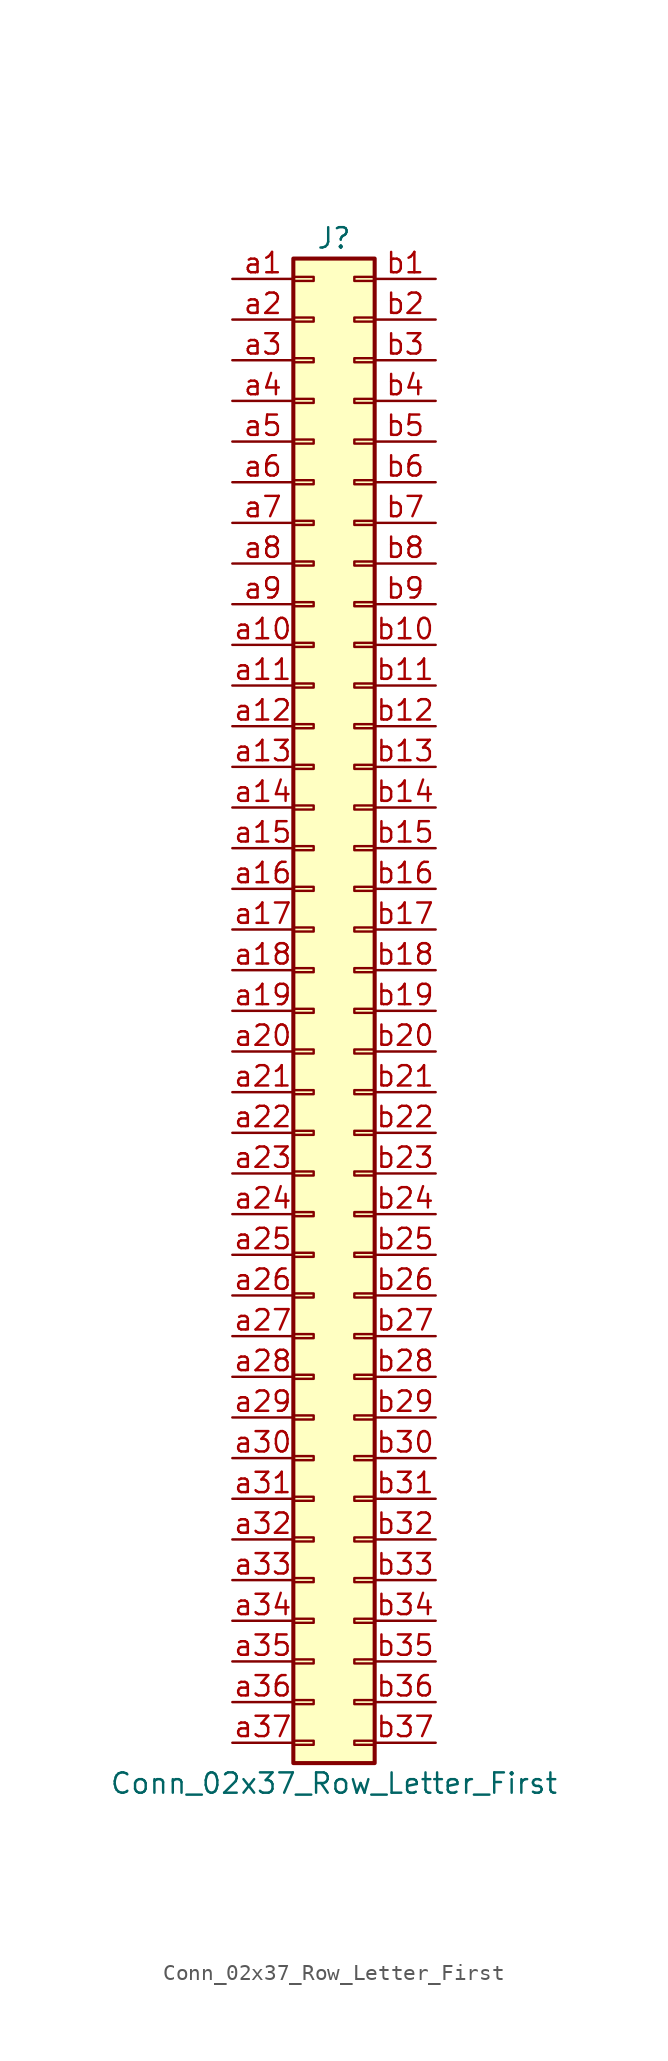
<source format=kicad_sym>
(kicad_symbol_lib
  (version 20201005)
  (generator kicad_symbol_editor)
  (symbol "Conn_02x37_Row_Letter_First"
    (pin_names
      (offset 1.016) hide)
    (property "Reference" "J"
      (at 1.27 48.26 0)
      (effects (font (size 1.27 1.27))))
    (property "Value" "Conn_02x37_Row_Letter_First"
      (at 1.27 -48.26 0)
      (effects (font (size 1.27 1.27))))
    (symbol "Conn_02x37_Row_Letter_First_1_1"
      (rectangle (start -1.27 -45.593) (end 0 -45.847) (stroke (width 0.152)) (fill (type none)))
      (rectangle (start -1.27 -43.053) (end 0 -43.307) (stroke (width 0.152)) (fill (type none)))
      (rectangle (start -1.27 -40.513) (end 0 -40.767) (stroke (width 0.152)) (fill (type none)))
      (rectangle (start -1.27 -37.973) (end 0 -38.227) (stroke (width 0.152)) (fill (type none)))
      (rectangle (start -1.27 -35.433) (end 0 -35.687) (stroke (width 0.152)) (fill (type none)))
      (rectangle (start -1.27 -32.893) (end 0 -33.147) (stroke (width 0.152)) (fill (type none)))
      (rectangle (start -1.27 -30.353) (end 0 -30.607) (stroke (width 0.152)) (fill (type none)))
      (rectangle (start -1.27 -27.813) (end 0 -28.067) (stroke (width 0.152)) (fill (type none)))
      (rectangle (start -1.27 -25.273) (end 0 -25.527) (stroke (width 0.152)) (fill (type none)))
      (rectangle (start -1.27 -22.733) (end 0 -22.987) (stroke (width 0.152)) (fill (type none)))
      (rectangle (start -1.27 -20.193) (end 0 -20.447) (stroke (width 0.152)) (fill (type none)))
      (rectangle (start -1.27 -17.653) (end 0 -17.907) (stroke (width 0.152)) (fill (type none)))
      (rectangle (start -1.27 -15.113) (end 0 -15.367) (stroke (width 0.152)) (fill (type none)))
      (rectangle (start -1.27 -12.573) (end 0 -12.827) (stroke (width 0.152)) (fill (type none)))
      (rectangle (start -1.27 -10.033) (end 0 -10.287) (stroke (width 0.152)) (fill (type none)))
      (rectangle (start -1.27 -7.493) (end 0 -7.747) (stroke (width 0.152)) (fill (type none)))
      (rectangle (start -1.27 -4.953) (end 0 -5.207) (stroke (width 0.152)) (fill (type none)))
      (rectangle (start -1.27 -2.413) (end 0 -2.667) (stroke (width 0.152)) (fill (type none)))
      (rectangle (start -1.27 0.127) (end 0 -0.127) (stroke (width 0.152)) (fill (type none)))
      (rectangle (start -1.27 2.667) (end 0 2.413) (stroke (width 0.152)) (fill (type none)))
      (rectangle (start -1.27 5.207) (end 0 4.953) (stroke (width 0.152)) (fill (type none)))
      (rectangle (start -1.27 7.747) (end 0 7.493) (stroke (width 0.152)) (fill (type none)))
      (rectangle (start -1.27 10.287) (end 0 10.033) (stroke (width 0.152)) (fill (type none)))
      (rectangle (start -1.27 12.827) (end 0 12.573) (stroke (width 0.152)) (fill (type none)))
      (rectangle (start -1.27 15.367) (end 0 15.113) (stroke (width 0.152)) (fill (type none)))
      (rectangle (start -1.27 17.907) (end 0 17.653) (stroke (width 0.152)) (fill (type none)))
      (rectangle (start -1.27 20.447) (end 0 20.193) (stroke (width 0.152)) (fill (type none)))
      (rectangle (start -1.27 22.987) (end 0 22.733) (stroke (width 0.152)) (fill (type none)))
      (rectangle (start -1.27 25.527) (end 0 25.273) (stroke (width 0.152)) (fill (type none)))
      (rectangle (start -1.27 28.067) (end 0 27.813) (stroke (width 0.152)) (fill (type none)))
      (rectangle (start -1.27 30.607) (end 0 30.353) (stroke (width 0.152)) (fill (type none)))
      (rectangle (start -1.27 33.147) (end 0 32.893) (stroke (width 0.152)) (fill (type none)))
      (rectangle (start -1.27 35.687) (end 0 35.433) (stroke (width 0.152)) (fill (type none)))
      (rectangle (start -1.27 38.227) (end 0 37.973) (stroke (width 0.152)) (fill (type none)))
      (rectangle (start -1.27 40.767) (end 0 40.513) (stroke (width 0.152)) (fill (type none)))
      (rectangle (start -1.27 43.307) (end 0 43.053) (stroke (width 0.152)) (fill (type none)))
      (rectangle (start -1.27 45.847) (end 0 45.593) (stroke (width 0.152)) (fill (type none)))
      (rectangle (start -1.27 46.99) (end 3.81 -46.99) (stroke (width 0.254)) (fill (type background)))
      (rectangle (start 3.81 -45.593) (end 2.54 -45.847) (stroke (width 0.152)) (fill (type none)))
      (rectangle (start 3.81 -43.053) (end 2.54 -43.307) (stroke (width 0.152)) (fill (type none)))
      (rectangle (start 3.81 -40.513) (end 2.54 -40.767) (stroke (width 0.152)) (fill (type none)))
      (rectangle (start 3.81 -37.973) (end 2.54 -38.227) (stroke (width 0.152)) (fill (type none)))
      (rectangle (start 3.81 -35.433) (end 2.54 -35.687) (stroke (width 0.152)) (fill (type none)))
      (rectangle (start 3.81 -32.893) (end 2.54 -33.147) (stroke (width 0.152)) (fill (type none)))
      (rectangle (start 3.81 -30.353) (end 2.54 -30.607) (stroke (width 0.152)) (fill (type none)))
      (rectangle (start 3.81 -27.813) (end 2.54 -28.067) (stroke (width 0.152)) (fill (type none)))
      (rectangle (start 3.81 -25.273) (end 2.54 -25.527) (stroke (width 0.152)) (fill (type none)))
      (rectangle (start 3.81 -22.733) (end 2.54 -22.987) (stroke (width 0.152)) (fill (type none)))
      (rectangle (start 3.81 -20.193) (end 2.54 -20.447) (stroke (width 0.152)) (fill (type none)))
      (rectangle (start 3.81 -17.653) (end 2.54 -17.907) (stroke (width 0.152)) (fill (type none)))
      (rectangle (start 3.81 -15.113) (end 2.54 -15.367) (stroke (width 0.152)) (fill (type none)))
      (rectangle (start 3.81 -12.573) (end 2.54 -12.827) (stroke (width 0.152)) (fill (type none)))
      (rectangle (start 3.81 -10.033) (end 2.54 -10.287) (stroke (width 0.152)) (fill (type none)))
      (rectangle (start 3.81 -7.493) (end 2.54 -7.747) (stroke (width 0.152)) (fill (type none)))
      (rectangle (start 3.81 -4.953) (end 2.54 -5.207) (stroke (width 0.152)) (fill (type none)))
      (rectangle (start 3.81 -2.413) (end 2.54 -2.667) (stroke (width 0.152)) (fill (type none)))
      (rectangle (start 3.81 0.127) (end 2.54 -0.127) (stroke (width 0.152)) (fill (type none)))
      (rectangle (start 3.81 2.667) (end 2.54 2.413) (stroke (width 0.152)) (fill (type none)))
      (rectangle (start 3.81 5.207) (end 2.54 4.953) (stroke (width 0.152)) (fill (type none)))
      (rectangle (start 3.81 7.747) (end 2.54 7.493) (stroke (width 0.152)) (fill (type none)))
      (rectangle (start 3.81 10.287) (end 2.54 10.033) (stroke (width 0.152)) (fill (type none)))
      (rectangle (start 3.81 12.827) (end 2.54 12.573) (stroke (width 0.152)) (fill (type none)))
      (rectangle (start 3.81 15.367) (end 2.54 15.113) (stroke (width 0.152)) (fill (type none)))
      (rectangle (start 3.81 17.907) (end 2.54 17.653) (stroke (width 0.152)) (fill (type none)))
      (rectangle (start 3.81 20.447) (end 2.54 20.193) (stroke (width 0.152)) (fill (type none)))
      (rectangle (start 3.81 22.987) (end 2.54 22.733) (stroke (width 0.152)) (fill (type none)))
      (rectangle (start 3.81 25.527) (end 2.54 25.273) (stroke (width 0.152)) (fill (type none)))
      (rectangle (start 3.81 28.067) (end 2.54 27.813) (stroke (width 0.152)) (fill (type none)))
      (rectangle (start 3.81 30.607) (end 2.54 30.353) (stroke (width 0.152)) (fill (type none)))
      (rectangle (start 3.81 33.147) (end 2.54 32.893) (stroke (width 0.152)) (fill (type none)))
      (rectangle (start 3.81 35.687) (end 2.54 35.433) (stroke (width 0.152)) (fill (type none)))
      (rectangle (start 3.81 38.227) (end 2.54 37.973) (stroke (width 0.152)) (fill (type none)))
      (rectangle (start 3.81 40.767) (end 2.54 40.513) (stroke (width 0.152)) (fill (type none)))
      (rectangle (start 3.81 43.307) (end 2.54 43.053) (stroke (width 0.152)) (fill (type none)))
      (rectangle (start 3.81 45.847) (end 2.54 45.593) (stroke (width 0.152)) (fill (type none)))
      (pin passive line (at -5.08 45.72 0) (length 3.81) (name "Pin_a1" (effects (font (size 1.27 1.27)))) (number "a1" (effects (font (size 1.27 1.27)))))
      (pin passive line (at -5.08 22.86 0) (length 3.81) (name "Pin_a10" (effects (font (size 1.27 1.27)))) (number "a10" (effects (font (size 1.27 1.27)))))
      (pin passive line (at -5.08 20.32 0) (length 3.81) (name "Pin_a11" (effects (font (size 1.27 1.27)))) (number "a11" (effects (font (size 1.27 1.27)))))
      (pin passive line (at -5.08 17.78 0) (length 3.81) (name "Pin_a12" (effects (font (size 1.27 1.27)))) (number "a12" (effects (font (size 1.27 1.27)))))
      (pin passive line (at -5.08 15.24 0) (length 3.81) (name "Pin_a13" (effects (font (size 1.27 1.27)))) (number "a13" (effects (font (size 1.27 1.27)))))
      (pin passive line (at -5.08 12.7 0) (length 3.81) (name "Pin_a14" (effects (font (size 1.27 1.27)))) (number "a14" (effects (font (size 1.27 1.27)))))
      (pin passive line (at -5.08 10.16 0) (length 3.81) (name "Pin_a15" (effects (font (size 1.27 1.27)))) (number "a15" (effects (font (size 1.27 1.27)))))
      (pin passive line (at -5.08 7.62 0) (length 3.81) (name "Pin_a16" (effects (font (size 1.27 1.27)))) (number "a16" (effects (font (size 1.27 1.27)))))
      (pin passive line (at -5.08 5.08 0) (length 3.81) (name "Pin_a17" (effects (font (size 1.27 1.27)))) (number "a17" (effects (font (size 1.27 1.27)))))
      (pin passive line (at -5.08 2.54 0) (length 3.81) (name "Pin_a18" (effects (font (size 1.27 1.27)))) (number "a18" (effects (font (size 1.27 1.27)))))
      (pin passive line (at -5.08 0 0) (length 3.81) (name "Pin_a19" (effects (font (size 1.27 1.27)))) (number "a19" (effects (font (size 1.27 1.27)))))
      (pin passive line (at -5.08 43.18 0) (length 3.81) (name "Pin_a2" (effects (font (size 1.27 1.27)))) (number "a2" (effects (font (size 1.27 1.27)))))
      (pin passive line (at -5.08 -2.54 0) (length 3.81) (name "Pin_a20" (effects (font (size 1.27 1.27)))) (number "a20" (effects (font (size 1.27 1.27)))))
      (pin passive line (at -5.08 -5.08 0) (length 3.81) (name "Pin_a21" (effects (font (size 1.27 1.27)))) (number "a21" (effects (font (size 1.27 1.27)))))
      (pin passive line (at -5.08 -7.62 0) (length 3.81) (name "Pin_a22" (effects (font (size 1.27 1.27)))) (number "a22" (effects (font (size 1.27 1.27)))))
      (pin passive line (at -5.08 -10.16 0) (length 3.81) (name "Pin_a23" (effects (font (size 1.27 1.27)))) (number "a23" (effects (font (size 1.27 1.27)))))
      (pin passive line (at -5.08 -12.7 0) (length 3.81) (name "Pin_a24" (effects (font (size 1.27 1.27)))) (number "a24" (effects (font (size 1.27 1.27)))))
      (pin passive line (at -5.08 -15.24 0) (length 3.81) (name "Pin_a25" (effects (font (size 1.27 1.27)))) (number "a25" (effects (font (size 1.27 1.27)))))
      (pin passive line (at -5.08 -17.78 0) (length 3.81) (name "Pin_a26" (effects (font (size 1.27 1.27)))) (number "a26" (effects (font (size 1.27 1.27)))))
      (pin passive line (at -5.08 -20.32 0) (length 3.81) (name "Pin_a27" (effects (font (size 1.27 1.27)))) (number "a27" (effects (font (size 1.27 1.27)))))
      (pin passive line (at -5.08 -22.86 0) (length 3.81) (name "Pin_a28" (effects (font (size 1.27 1.27)))) (number "a28" (effects (font (size 1.27 1.27)))))
      (pin passive line (at -5.08 -25.4 0) (length 3.81) (name "Pin_a29" (effects (font (size 1.27 1.27)))) (number "a29" (effects (font (size 1.27 1.27)))))
      (pin passive line (at -5.08 40.64 0) (length 3.81) (name "Pin_a3" (effects (font (size 1.27 1.27)))) (number "a3" (effects (font (size 1.27 1.27)))))
      (pin passive line (at -5.08 -27.94 0) (length 3.81) (name "Pin_a30" (effects (font (size 1.27 1.27)))) (number "a30" (effects (font (size 1.27 1.27)))))
      (pin passive line (at -5.08 -30.48 0) (length 3.81) (name "Pin_a31" (effects (font (size 1.27 1.27)))) (number "a31" (effects (font (size 1.27 1.27)))))
      (pin passive line (at -5.08 -33.02 0) (length 3.81) (name "Pin_a32" (effects (font (size 1.27 1.27)))) (number "a32" (effects (font (size 1.27 1.27)))))
      (pin passive line (at -5.08 -35.56 0) (length 3.81) (name "Pin_a33" (effects (font (size 1.27 1.27)))) (number "a33" (effects (font (size 1.27 1.27)))))
      (pin passive line (at -5.08 -38.1 0) (length 3.81) (name "Pin_a34" (effects (font (size 1.27 1.27)))) (number "a34" (effects (font (size 1.27 1.27)))))
      (pin passive line (at -5.08 -40.64 0) (length 3.81) (name "Pin_a35" (effects (font (size 1.27 1.27)))) (number "a35" (effects (font (size 1.27 1.27)))))
      (pin passive line (at -5.08 -43.18 0) (length 3.81) (name "Pin_a36" (effects (font (size 1.27 1.27)))) (number "a36" (effects (font (size 1.27 1.27)))))
      (pin passive line (at -5.08 -45.72 0) (length 3.81) (name "Pin_a37" (effects (font (size 1.27 1.27)))) (number "a37" (effects (font (size 1.27 1.27)))))
      (pin passive line (at -5.08 38.1 0) (length 3.81) (name "Pin_a4" (effects (font (size 1.27 1.27)))) (number "a4" (effects (font (size 1.27 1.27)))))
      (pin passive line (at -5.08 35.56 0) (length 3.81) (name "Pin_a5" (effects (font (size 1.27 1.27)))) (number "a5" (effects (font (size 1.27 1.27)))))
      (pin passive line (at -5.08 33.02 0) (length 3.81) (name "Pin_a6" (effects (font (size 1.27 1.27)))) (number "a6" (effects (font (size 1.27 1.27)))))
      (pin passive line (at -5.08 30.48 0) (length 3.81) (name "Pin_a7" (effects (font (size 1.27 1.27)))) (number "a7" (effects (font (size 1.27 1.27)))))
      (pin passive line (at -5.08 27.94 0) (length 3.81) (name "Pin_a8" (effects (font (size 1.27 1.27)))) (number "a8" (effects (font (size 1.27 1.27)))))
      (pin passive line (at -5.08 25.4 0) (length 3.81) (name "Pin_a9" (effects (font (size 1.27 1.27)))) (number "a9" (effects (font (size 1.27 1.27)))))
      (pin passive line (at 7.62 45.72 180) (length 3.81) (name "Pin_b1" (effects (font (size 1.27 1.27)))) (number "b1" (effects (font (size 1.27 1.27)))))
      (pin passive line (at 7.62 22.86 180) (length 3.81) (name "Pin_b10" (effects (font (size 1.27 1.27)))) (number "b10" (effects (font (size 1.27 1.27)))))
      (pin passive line (at 7.62 20.32 180) (length 3.81) (name "Pin_b11" (effects (font (size 1.27 1.27)))) (number "b11" (effects (font (size 1.27 1.27)))))
      (pin passive line (at 7.62 17.78 180) (length 3.81) (name "Pin_b12" (effects (font (size 1.27 1.27)))) (number "b12" (effects (font (size 1.27 1.27)))))
      (pin passive line (at 7.62 15.24 180) (length 3.81) (name "Pin_b13" (effects (font (size 1.27 1.27)))) (number "b13" (effects (font (size 1.27 1.27)))))
      (pin passive line (at 7.62 12.7 180) (length 3.81) (name "Pin_b14" (effects (font (size 1.27 1.27)))) (number "b14" (effects (font (size 1.27 1.27)))))
      (pin passive line (at 7.62 10.16 180) (length 3.81) (name "Pin_b15" (effects (font (size 1.27 1.27)))) (number "b15" (effects (font (size 1.27 1.27)))))
      (pin passive line (at 7.62 7.62 180) (length 3.81) (name "Pin_b16" (effects (font (size 1.27 1.27)))) (number "b16" (effects (font (size 1.27 1.27)))))
      (pin passive line (at 7.62 5.08 180) (length 3.81) (name "Pin_b17" (effects (font (size 1.27 1.27)))) (number "b17" (effects (font (size 1.27 1.27)))))
      (pin passive line (at 7.62 2.54 180) (length 3.81) (name "Pin_b18" (effects (font (size 1.27 1.27)))) (number "b18" (effects (font (size 1.27 1.27)))))
      (pin passive line (at 7.62 0 180) (length 3.81) (name "Pin_b19" (effects (font (size 1.27 1.27)))) (number "b19" (effects (font (size 1.27 1.27)))))
      (pin passive line (at 7.62 43.18 180) (length 3.81) (name "Pin_b2" (effects (font (size 1.27 1.27)))) (number "b2" (effects (font (size 1.27 1.27)))))
      (pin passive line (at 7.62 -2.54 180) (length 3.81) (name "Pin_b20" (effects (font (size 1.27 1.27)))) (number "b20" (effects (font (size 1.27 1.27)))))
      (pin passive line (at 7.62 -5.08 180) (length 3.81) (name "Pin_b21" (effects (font (size 1.27 1.27)))) (number "b21" (effects (font (size 1.27 1.27)))))
      (pin passive line (at 7.62 -7.62 180) (length 3.81) (name "Pin_b22" (effects (font (size 1.27 1.27)))) (number "b22" (effects (font (size 1.27 1.27)))))
      (pin passive line (at 7.62 -10.16 180) (length 3.81) (name "Pin_b23" (effects (font (size 1.27 1.27)))) (number "b23" (effects (font (size 1.27 1.27)))))
      (pin passive line (at 7.62 -12.7 180) (length 3.81) (name "Pin_b24" (effects (font (size 1.27 1.27)))) (number "b24" (effects (font (size 1.27 1.27)))))
      (pin passive line (at 7.62 -15.24 180) (length 3.81) (name "Pin_b25" (effects (font (size 1.27 1.27)))) (number "b25" (effects (font (size 1.27 1.27)))))
      (pin passive line (at 7.62 -17.78 180) (length 3.81) (name "Pin_b26" (effects (font (size 1.27 1.27)))) (number "b26" (effects (font (size 1.27 1.27)))))
      (pin passive line (at 7.62 -20.32 180) (length 3.81) (name "Pin_b27" (effects (font (size 1.27 1.27)))) (number "b27" (effects (font (size 1.27 1.27)))))
      (pin passive line (at 7.62 -22.86 180) (length 3.81) (name "Pin_b28" (effects (font (size 1.27 1.27)))) (number "b28" (effects (font (size 1.27 1.27)))))
      (pin passive line (at 7.62 -25.4 180) (length 3.81) (name "Pin_b29" (effects (font (size 1.27 1.27)))) (number "b29" (effects (font (size 1.27 1.27)))))
      (pin passive line (at 7.62 40.64 180) (length 3.81) (name "Pin_b3" (effects (font (size 1.27 1.27)))) (number "b3" (effects (font (size 1.27 1.27)))))
      (pin passive line (at 7.62 -27.94 180) (length 3.81) (name "Pin_b30" (effects (font (size 1.27 1.27)))) (number "b30" (effects (font (size 1.27 1.27)))))
      (pin passive line (at 7.62 -30.48 180) (length 3.81) (name "Pin_b31" (effects (font (size 1.27 1.27)))) (number "b31" (effects (font (size 1.27 1.27)))))
      (pin passive line (at 7.62 -33.02 180) (length 3.81) (name "Pin_b32" (effects (font (size 1.27 1.27)))) (number "b32" (effects (font (size 1.27 1.27)))))
      (pin passive line (at 7.62 -35.56 180) (length 3.81) (name "Pin_b33" (effects (font (size 1.27 1.27)))) (number "b33" (effects (font (size 1.27 1.27)))))
      (pin passive line (at 7.62 -38.1 180) (length 3.81) (name "Pin_b34" (effects (font (size 1.27 1.27)))) (number "b34" (effects (font (size 1.27 1.27)))))
      (pin passive line (at 7.62 -40.64 180) (length 3.81) (name "Pin_b35" (effects (font (size 1.27 1.27)))) (number "b35" (effects (font (size 1.27 1.27)))))
      (pin passive line (at 7.62 -43.18 180) (length 3.81) (name "Pin_b36" (effects (font (size 1.27 1.27)))) (number "b36" (effects (font (size 1.27 1.27)))))
      (pin passive line (at 7.62 -45.72 180) (length 3.81) (name "Pin_b37" (effects (font (size 1.27 1.27)))) (number "b37" (effects (font (size 1.27 1.27)))))
      (pin passive line (at 7.62 38.1 180) (length 3.81) (name "Pin_b4" (effects (font (size 1.27 1.27)))) (number "b4" (effects (font (size 1.27 1.27)))))
      (pin passive line (at 7.62 35.56 180) (length 3.81) (name "Pin_b5" (effects (font (size 1.27 1.27)))) (number "b5" (effects (font (size 1.27 1.27)))))
      (pin passive line (at 7.62 33.02 180) (length 3.81) (name "Pin_b6" (effects (font (size 1.27 1.27)))) (number "b6" (effects (font (size 1.27 1.27)))))
      (pin passive line (at 7.62 30.48 180) (length 3.81) (name "Pin_b7" (effects (font (size 1.27 1.27)))) (number "b7" (effects (font (size 1.27 1.27)))))
      (pin passive line (at 7.62 27.94 180) (length 3.81) (name "Pin_b8" (effects (font (size 1.27 1.27)))) (number "b8" (effects (font (size 1.27 1.27)))))
      (pin passive line (at 7.62 25.4 180) (length 3.81) (name "Pin_b9" (effects (font (size 1.27 1.27)))) (number "b9" (effects (font (size 1.27 1.27))))))))
</source>
